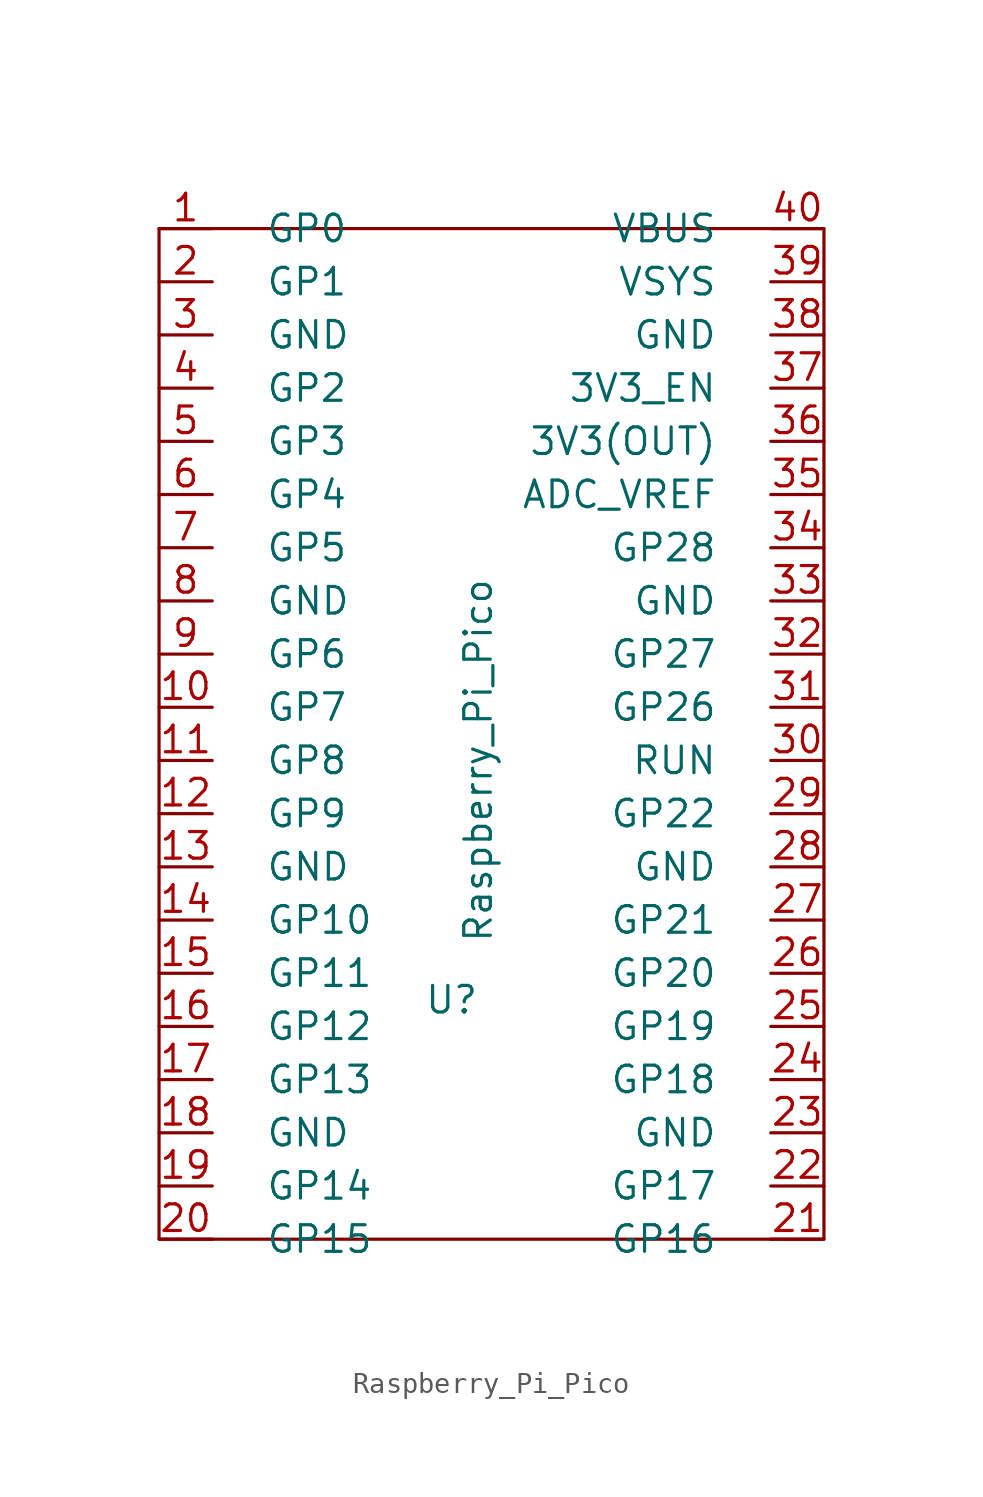
<source format=kicad_sym>
(kicad_symbol_lib
  (version 20211014)
  (generator kicad_symbol_editor)
  (symbol "Raspberry_Pi_Pico"
    (pin_names
      (offset 2.54))
    (property "Reference" "U"
      (at 13.97 -36.83 0)
      (effects (font (size 1.27 1.27))))
    (property "Value" "Raspberry_Pi_Pico"
      (at 15.24 -25.4 90)
      (effects (font (size 1.27 1.27))))
    (symbol "Raspberry_Pi_Pico_0_1"
      (rectangle (start 0 0) (end 31.75 -48.26) (stroke (width 0) (type default) (color 0 0 0 0)) (fill (type none))))
    (symbol "Raspberry_Pi_Pico_1_1"
      (pin bidirectional line (at 0 0 0) (length 2.54) (name "GP0" (effects (font (size 1.27 1.27)))) (number "1" (effects (font (size 1.27 1.27)))))
      (pin bidirectional line (at 0 -22.86 0) (length 2.54) (name "GP7" (effects (font (size 1.27 1.27)))) (number "10" (effects (font (size 1.27 1.27)))))
      (pin bidirectional line (at 0 -25.4 0) (length 2.54) (name "GP8" (effects (font (size 1.27 1.27)))) (number "11" (effects (font (size 1.27 1.27)))))
      (pin bidirectional line (at 0 -27.94 0) (length 2.54) (name "GP9" (effects (font (size 1.27 1.27)))) (number "12" (effects (font (size 1.27 1.27)))))
      (pin bidirectional line (at 0 -30.48 0) (length 2.54) (name "GND" (effects (font (size 1.27 1.27)))) (number "13" (effects (font (size 1.27 1.27)))))
      (pin bidirectional line (at 0 -33.02 0) (length 2.54) (name "GP10" (effects (font (size 1.27 1.27)))) (number "14" (effects (font (size 1.27 1.27)))))
      (pin bidirectional line (at 0 -35.56 0) (length 2.54) (name "GP11" (effects (font (size 1.27 1.27)))) (number "15" (effects (font (size 1.27 1.27)))))
      (pin bidirectional line (at 0 -38.1 0) (length 2.54) (name "GP12" (effects (font (size 1.27 1.27)))) (number "16" (effects (font (size 1.27 1.27)))))
      (pin bidirectional line (at 0 -40.64 0) (length 2.54) (name "GP13" (effects (font (size 1.27 1.27)))) (number "17" (effects (font (size 1.27 1.27)))))
      (pin bidirectional line (at 0 -43.18 0) (length 2.54) (name "GND" (effects (font (size 1.27 1.27)))) (number "18" (effects (font (size 1.27 1.27)))))
      (pin bidirectional line (at 0 -45.72 0) (length 2.54) (name "GP14" (effects (font (size 1.27 1.27)))) (number "19" (effects (font (size 1.27 1.27)))))
      (pin bidirectional line (at 0 -2.54 0) (length 2.54) (name "GP1" (effects (font (size 1.27 1.27)))) (number "2" (effects (font (size 1.27 1.27)))))
      (pin bidirectional line (at 0 -48.26 0) (length 2.54) (name "GP15" (effects (font (size 1.27 1.27)))) (number "20" (effects (font (size 1.27 1.27)))))
      (pin bidirectional line (at 31.75 -48.26 180) (length 2.54) (name "GP16" (effects (font (size 1.27 1.27)))) (number "21" (effects (font (size 1.27 1.27)))))
      (pin bidirectional line (at 31.75 -45.72 180) (length 2.54) (name "GP17" (effects (font (size 1.27 1.27)))) (number "22" (effects (font (size 1.27 1.27)))))
      (pin bidirectional line (at 31.75 -43.18 180) (length 2.54) (name "GND" (effects (font (size 1.27 1.27)))) (number "23" (effects (font (size 1.27 1.27)))))
      (pin bidirectional line (at 31.75 -40.64 180) (length 2.54) (name "GP18" (effects (font (size 1.27 1.27)))) (number "24" (effects (font (size 1.27 1.27)))))
      (pin bidirectional line (at 31.75 -38.1 180) (length 2.54) (name "GP19" (effects (font (size 1.27 1.27)))) (number "25" (effects (font (size 1.27 1.27)))))
      (pin bidirectional line (at 31.75 -35.56 180) (length 2.54) (name "GP20" (effects (font (size 1.27 1.27)))) (number "26" (effects (font (size 1.27 1.27)))))
      (pin bidirectional line (at 31.75 -33.02 180) (length 2.54) (name "GP21" (effects (font (size 1.27 1.27)))) (number "27" (effects (font (size 1.27 1.27)))))
      (pin bidirectional line (at 31.75 -30.48 180) (length 2.54) (name "GND" (effects (font (size 1.27 1.27)))) (number "28" (effects (font (size 1.27 1.27)))))
      (pin bidirectional line (at 31.75 -27.94 180) (length 2.54) (name "GP22" (effects (font (size 1.27 1.27)))) (number "29" (effects (font (size 1.27 1.27)))))
      (pin bidirectional line (at 0 -5.08 0) (length 2.54) (name "GND" (effects (font (size 1.27 1.27)))) (number "3" (effects (font (size 1.27 1.27)))))
      (pin input line (at 31.75 -25.4 180) (length 2.54) (name "RUN" (effects (font (size 1.27 1.27)))) (number "30" (effects (font (size 1.27 1.27)))))
      (pin bidirectional line (at 31.75 -22.86 180) (length 2.54) (name "GP26" (effects (font (size 1.27 1.27)))) (number "31" (effects (font (size 1.27 1.27)))))
      (pin bidirectional line (at 31.75 -20.32 180) (length 2.54) (name "GP27" (effects (font (size 1.27 1.27)))) (number "32" (effects (font (size 1.27 1.27)))))
      (pin bidirectional line (at 31.75 -17.78 180) (length 2.54) (name "GND" (effects (font (size 1.27 1.27)))) (number "33" (effects (font (size 1.27 1.27)))))
      (pin bidirectional line (at 31.75 -15.24 180) (length 2.54) (name "GP28" (effects (font (size 1.27 1.27)))) (number "34" (effects (font (size 1.27 1.27)))))
      (pin input line (at 31.75 -12.7 180) (length 2.54) (name "ADC_VREF" (effects (font (size 1.27 1.27)))) (number "35" (effects (font (size 1.27 1.27)))))
      (pin power_out line (at 31.75 -10.16 180) (length 2.54) (name "3V3(OUT)" (effects (font (size 1.27 1.27)))) (number "36" (effects (font (size 1.27 1.27)))))
      (pin input line (at 31.75 -7.62 180) (length 2.54) (name "3V3_EN" (effects (font (size 1.27 1.27)))) (number "37" (effects (font (size 1.27 1.27)))))
      (pin bidirectional line (at 31.75 -5.08 180) (length 2.54) (name "GND" (effects (font (size 1.27 1.27)))) (number "38" (effects (font (size 1.27 1.27)))))
      (pin power_in line (at 31.75 -2.54 180) (length 2.54) (name "VSYS" (effects (font (size 1.27 1.27)))) (number "39" (effects (font (size 1.27 1.27)))))
      (pin bidirectional line (at 0 -7.62 0) (length 2.54) (name "GP2" (effects (font (size 1.27 1.27)))) (number "4" (effects (font (size 1.27 1.27)))))
      (pin power_in line (at 31.75 0 180) (length 2.54) (name "VBUS" (effects (font (size 1.27 1.27)))) (number "40" (effects (font (size 1.27 1.27)))))
      (pin bidirectional line (at 0 -10.16 0) (length 2.54) (name "GP3" (effects (font (size 1.27 1.27)))) (number "5" (effects (font (size 1.27 1.27)))))
      (pin bidirectional line (at 0 -12.7 0) (length 2.54) (name "GP4" (effects (font (size 1.27 1.27)))) (number "6" (effects (font (size 1.27 1.27)))))
      (pin bidirectional line (at 0 -15.24 0) (length 2.54) (name "GP5" (effects (font (size 1.27 1.27)))) (number "7" (effects (font (size 1.27 1.27)))))
      (pin bidirectional line (at 0 -17.78 0) (length 2.54) (name "GND" (effects (font (size 1.27 1.27)))) (number "8" (effects (font (size 1.27 1.27)))))
      (pin bidirectional line (at 0 -20.32 0) (length 2.54) (name "GP6" (effects (font (size 1.27 1.27)))) (number "9" (effects (font (size 1.27 1.27))))))))
</source>
